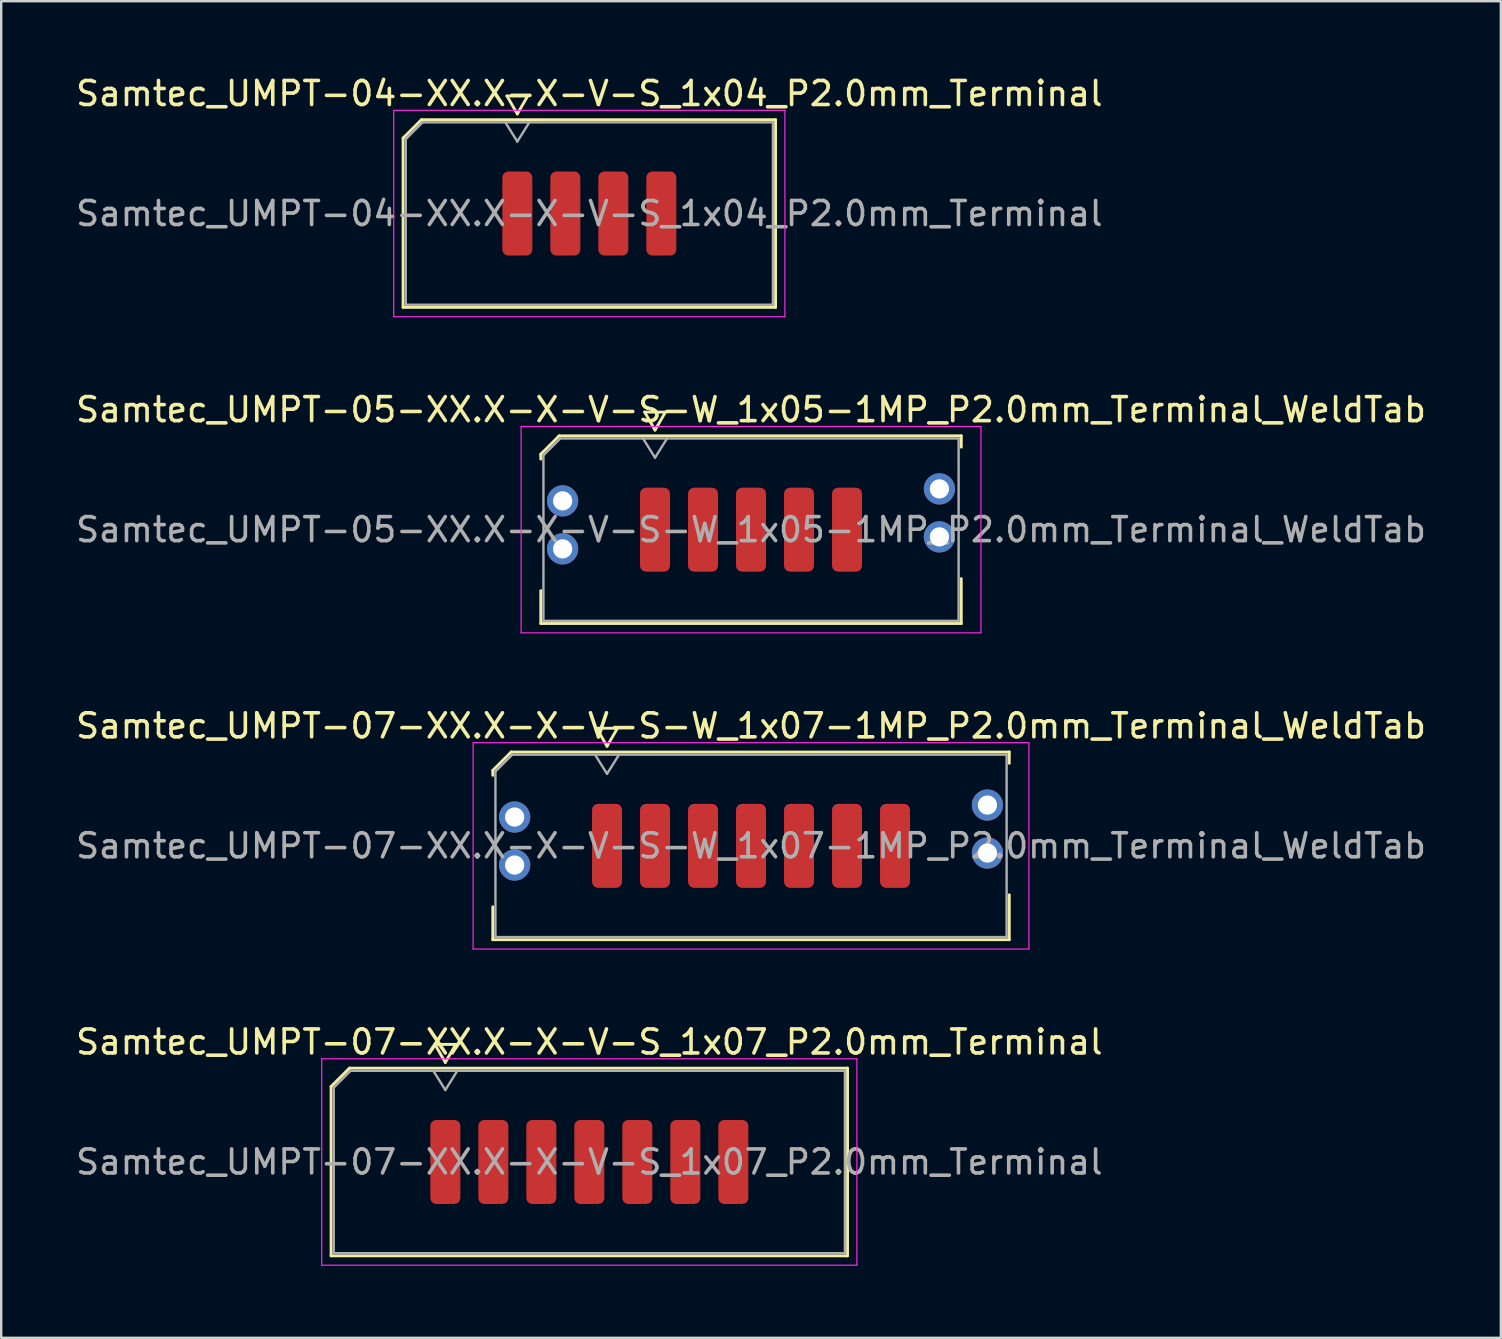
<source format=kicad_pcb>
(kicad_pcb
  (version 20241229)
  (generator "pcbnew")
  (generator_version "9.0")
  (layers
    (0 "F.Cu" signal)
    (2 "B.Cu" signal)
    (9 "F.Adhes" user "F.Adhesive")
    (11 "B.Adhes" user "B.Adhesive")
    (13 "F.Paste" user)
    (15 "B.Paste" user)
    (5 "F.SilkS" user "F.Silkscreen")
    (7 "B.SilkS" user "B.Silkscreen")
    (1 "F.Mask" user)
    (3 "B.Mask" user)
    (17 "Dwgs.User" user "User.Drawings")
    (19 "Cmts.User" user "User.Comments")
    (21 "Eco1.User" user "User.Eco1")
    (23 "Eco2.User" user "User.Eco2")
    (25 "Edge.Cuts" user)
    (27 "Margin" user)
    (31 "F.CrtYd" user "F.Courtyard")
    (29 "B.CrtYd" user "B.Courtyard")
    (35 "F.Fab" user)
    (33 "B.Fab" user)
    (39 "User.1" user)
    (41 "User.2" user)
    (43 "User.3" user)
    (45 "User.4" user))
  (footprint "Samtec_UMPT-04-XX.X-X-V-S_1x04_P2.0mm_Terminal"
    (layer "F.Cu")
    (at 21.506 5.848)
    (property "Reference" "Samtec_UMPT-04-XX.X-X-V-S_1x04_P2.0mm_Terminal" (at 0 -5 0) (layer "F.SilkS") (effects (font (size 1 1) (thickness 0.15))))
    (attr smd)
    (fp_line (start -7.76 -3.146) (end -6.996 -3.91) (stroke (width 0.12) (type solid)) (layer "F.SilkS"))
    (fp_line (start -7.76 3.91) (end -7.76 -3.146) (stroke (width 0.12) (type solid)) (layer "F.SilkS"))
    (fp_line (start -6.996 -3.91) (end 7.76 -3.91) (stroke (width 0.12) (type solid)) (layer "F.SilkS"))
    (fp_line (start -3.433 -4.9) (end -3 -4.15) (stroke (width 0.12) (type solid)) (layer "F.SilkS"))
    (fp_line (start -3 -4.15) (end -2.567 -4.9) (stroke (width 0.12) (type solid)) (layer "F.SilkS"))
    (fp_line (start -2.567 -4.9) (end -3.433 -4.9) (stroke (width 0.12) (type solid)) (layer "F.SilkS"))
    (fp_line (start 7.76 -3.91) (end 7.76 3.91) (stroke (width 0.12) (type solid)) (layer "F.SilkS"))
    (fp_line (start 7.76 3.91) (end -7.76 3.91) (stroke (width 0.12) (type solid)) (layer "F.SilkS"))
    (fp_line (start -8.15 -4.3) (end -8.15 4.3) (stroke (width 0.05) (type solid)) (layer "F.CrtYd"))
    (fp_line (start -8.15 4.3) (end 8.15 4.3) (stroke (width 0.05) (type solid)) (layer "F.CrtYd"))
    (fp_line (start 8.15 -4.3) (end -8.15 -4.3) (stroke (width 0.05) (type solid)) (layer "F.CrtYd"))
    (fp_line (start 8.15 4.3) (end 8.15 -4.3) (stroke (width 0.05) (type solid)) (layer "F.CrtYd"))
    (fp_line (start -7.65 -3.1) (end -6.95 -3.8) (stroke (width 0.1) (type solid)) (layer "F.Fab"))
    (fp_line (start -7.65 3.8) (end -7.65 -3.1) (stroke (width 0.1) (type solid)) (layer "F.Fab"))
    (fp_line (start -6.95 -3.8) (end 7.65 -3.8) (stroke (width 0.1) (type solid)) (layer "F.Fab"))
    (fp_line (start -3.5 -3.8) (end -3 -3) (stroke (width 0.1) (type solid)) (layer "F.Fab"))
    (fp_line (start -3 -3) (end -2.5 -3.8) (stroke (width 0.1) (type solid)) (layer "F.Fab"))
    (fp_line (start 7.65 -3.8) (end 7.65 3.8) (stroke (width 0.1) (type solid)) (layer "F.Fab"))
    (fp_line (start 7.65 3.8) (end -7.65 3.8) (stroke (width 0.1) (type solid)) (layer "F.Fab"))
    (fp_text user "${REFERENCE}" (at 0 0 0) (layer "F.Fab") (effects (font (size 1 1) (thickness 0.15))))
    (pad "1" smd roundrect (at -3 0) (size 1.25 3.5) (layers "F.Cu" "F.Mask" "F.Paste") (roundrect_rratio 0.2))
    (pad "2" smd roundrect (at -1 0) (size 1.25 3.5) (layers "F.Cu" "F.Mask" "F.Paste") (roundrect_rratio 0.2))
    (pad "3" smd roundrect (at 1 0) (size 1.25 3.5) (layers "F.Cu" "F.Mask" "F.Paste") (roundrect_rratio 0.2))
    (pad "4" smd roundrect (at 3 0) (size 1.25 3.5) (layers "F.Cu" "F.Mask" "F.Paste") (roundrect_rratio 0.2)))
  (footprint "Samtec_UMPT-05-XX.X-X-V-S-W_1x05-1MP_P2.0mm_Terminal_WeldTab"
    (layer "F.Cu")
    (at 28.244 19.021)
    (property "Reference" "Samtec_UMPT-05-XX.X-X-V-S-W_1x05-1MP_P2.0mm_Terminal_WeldTab" (at 0 -5 0) (layer "F.SilkS") (effects (font (size 1 1) (thickness 0.15))))
    (attr smd)
    (fp_line (start -8.76 -3.146) (end -7.996 -3.91) (stroke (width 0.12) (type solid)) (layer "F.SilkS"))
    (fp_line (start -8.76 -2.94) (end -8.76 -3.146) (stroke (width 0.12) (type solid)) (layer "F.SilkS"))
    (fp_line (start -8.76 3.91) (end -8.76 2.54) (stroke (width 0.12) (type solid)) (layer "F.SilkS"))
    (fp_line (start -7.996 -3.91) (end 8.76 -3.91) (stroke (width 0.12) (type solid)) (layer "F.SilkS"))
    (fp_line (start -4.433 -4.9) (end -4 -4.15) (stroke (width 0.12) (type solid)) (layer "F.SilkS"))
    (fp_line (start -4 -4.15) (end -3.567 -4.9) (stroke (width 0.12) (type solid)) (layer "F.SilkS"))
    (fp_line (start -3.567 -4.9) (end -4.433 -4.9) (stroke (width 0.12) (type solid)) (layer "F.SilkS"))
    (fp_line (start 8.76 -3.91) (end 8.76 -3.44) (stroke (width 0.12) (type solid)) (layer "F.SilkS"))
    (fp_line (start 8.76 2.04) (end 8.76 3.91) (stroke (width 0.12) (type solid)) (layer "F.SilkS"))
    (fp_line (start 8.76 3.91) (end -8.76 3.91) (stroke (width 0.12) (type solid)) (layer "F.SilkS"))
    (fp_line (start -9.58 -4.3) (end -9.58 4.3) (stroke (width 0.05) (type solid)) (layer "F.CrtYd"))
    (fp_line (start -9.58 4.3) (end 9.58 4.3) (stroke (width 0.05) (type solid)) (layer "F.CrtYd"))
    (fp_line (start 9.58 -4.3) (end -9.58 -4.3) (stroke (width 0.05) (type solid)) (layer "F.CrtYd"))
    (fp_line (start 9.58 4.3) (end 9.58 -4.3) (stroke (width 0.05) (type solid)) (layer "F.CrtYd"))
    (fp_line (start -8.65 -3.1) (end -7.95 -3.8) (stroke (width 0.1) (type solid)) (layer "F.Fab"))
    (fp_line (start -8.65 3.8) (end -8.65 -3.1) (stroke (width 0.1) (type solid)) (layer "F.Fab"))
    (fp_line (start -7.95 -3.8) (end 8.65 -3.8) (stroke (width 0.1) (type solid)) (layer "F.Fab"))
    (fp_line (start -4.5 -3.8) (end -4 -3) (stroke (width 0.1) (type solid)) (layer "F.Fab"))
    (fp_line (start -4 -3) (end -3.5 -3.8) (stroke (width 0.1) (type solid)) (layer "F.Fab"))
    (fp_line (start 8.65 -3.8) (end 8.65 3.8) (stroke (width 0.1) (type solid)) (layer "F.Fab"))
    (fp_line (start 8.65 3.8) (end -8.65 3.8) (stroke (width 0.1) (type solid)) (layer "F.Fab"))
    (fp_text user "${REFERENCE}" (at 0 0 0) (layer "F.Fab") (effects (font (size 1 1) (thickness 0.15))))
    (pad "" smd rect (at -7.85 -1.54) (size 2.45 2.28) (layers "F.Paste"))
    (pad "" smd rect (at -7.85 1.14) (size 2.45 2.28) (layers "F.Paste"))
    (pad "" smd rect (at 7.85 -2.04) (size 2.45 2.28) (layers "F.Paste"))
    (pad "" smd rect (at 7.85 0.64) (size 2.45 2.28) (layers "F.Paste"))
    (pad "1" smd roundrect (at -4 0) (size 1.25 3.5) (layers "F.Cu" "F.Mask" "F.Paste") (roundrect_rratio 0.2))
    (pad "2" smd roundrect (at -2 0) (size 1.25 3.5) (layers "F.Cu" "F.Mask" "F.Paste") (roundrect_rratio 0.2))
    (pad "3" smd roundrect (at 0 0) (size 1.25 3.5) (layers "F.Cu" "F.Mask" "F.Paste") (roundrect_rratio 0.2))
    (pad "4" smd roundrect (at 2 0) (size 1.25 3.5) (layers "F.Cu" "F.Mask" "F.Paste") (roundrect_rratio 0.2))
    (pad "5" smd roundrect (at 4 0) (size 1.25 3.5) (layers "F.Cu" "F.Mask" "F.Paste") (roundrect_rratio 0.2))
    (pad "MP" thru_hole circle (at -7.85 -1.2) (size 1.3 1.3) (drill 0.8) (layers "*.Cu" "*.Mask"))
    (pad "MP" thru_hole circle (at -7.85 0.8) (size 1.3 1.3) (drill 0.8) (layers "*.Cu" "*.Mask"))
    (pad "MP" thru_hole circle (at 7.85 -1.7) (size 1.3 1.3) (drill 0.8) (layers "*.Cu" "*.Mask"))
    (pad "MP" thru_hole circle (at 7.85 0.3) (size 1.3 1.3) (drill 0.8) (layers "*.Cu" "*.Mask")))
  (footprint "Samtec_UMPT-07-XX.X-X-V-S-W_1x07-1MP_P2.0mm_Terminal_WeldTab"
    (layer "F.Cu")
    (at 28.244 32.195)
    (property "Reference" "Samtec_UMPT-07-XX.X-X-V-S-W_1x07-1MP_P2.0mm_Terminal_WeldTab" (at 0 -5 0) (layer "F.SilkS") (effects (font (size 1 1) (thickness 0.15))))
    (attr smd)
    (fp_line (start -10.76 -3.146) (end -9.996 -3.91) (stroke (width 0.12) (type solid)) (layer "F.SilkS"))
    (fp_line (start -10.76 -2.94) (end -10.76 -3.146) (stroke (width 0.12) (type solid)) (layer "F.SilkS"))
    (fp_line (start -10.76 3.91) (end -10.76 2.54) (stroke (width 0.12) (type solid)) (layer "F.SilkS"))
    (fp_line (start -9.996 -3.91) (end 10.76 -3.91) (stroke (width 0.12) (type solid)) (layer "F.SilkS"))
    (fp_line (start -6.433 -4.9) (end -6 -4.15) (stroke (width 0.12) (type solid)) (layer "F.SilkS"))
    (fp_line (start -6 -4.15) (end -5.567 -4.9) (stroke (width 0.12) (type solid)) (layer "F.SilkS"))
    (fp_line (start -5.567 -4.9) (end -6.433 -4.9) (stroke (width 0.12) (type solid)) (layer "F.SilkS"))
    (fp_line (start 10.76 -3.91) (end 10.76 -3.44) (stroke (width 0.12) (type solid)) (layer "F.SilkS"))
    (fp_line (start 10.76 2.04) (end 10.76 3.91) (stroke (width 0.12) (type solid)) (layer "F.SilkS"))
    (fp_line (start 10.76 3.91) (end -10.76 3.91) (stroke (width 0.12) (type solid)) (layer "F.SilkS"))
    (fp_line (start -11.58 -4.3) (end -11.58 4.3) (stroke (width 0.05) (type solid)) (layer "F.CrtYd"))
    (fp_line (start -11.58 4.3) (end 11.58 4.3) (stroke (width 0.05) (type solid)) (layer "F.CrtYd"))
    (fp_line (start 11.58 -4.3) (end -11.58 -4.3) (stroke (width 0.05) (type solid)) (layer "F.CrtYd"))
    (fp_line (start 11.58 4.3) (end 11.58 -4.3) (stroke (width 0.05) (type solid)) (layer "F.CrtYd"))
    (fp_line (start -10.65 -3.1) (end -9.95 -3.8) (stroke (width 0.1) (type solid)) (layer "F.Fab"))
    (fp_line (start -10.65 3.8) (end -10.65 -3.1) (stroke (width 0.1) (type solid)) (layer "F.Fab"))
    (fp_line (start -9.95 -3.8) (end 10.65 -3.8) (stroke (width 0.1) (type solid)) (layer "F.Fab"))
    (fp_line (start -6.5 -3.8) (end -6 -3) (stroke (width 0.1) (type solid)) (layer "F.Fab"))
    (fp_line (start -6 -3) (end -5.5 -3.8) (stroke (width 0.1) (type solid)) (layer "F.Fab"))
    (fp_line (start 10.65 -3.8) (end 10.65 3.8) (stroke (width 0.1) (type solid)) (layer "F.Fab"))
    (fp_line (start 10.65 3.8) (end -10.65 3.8) (stroke (width 0.1) (type solid)) (layer "F.Fab"))
    (fp_text user "${REFERENCE}" (at 0 0 0) (layer "F.Fab") (effects (font (size 1 1) (thickness 0.15))))
    (pad "" smd rect (at -9.85 -1.54) (size 2.45 2.28) (layers "F.Paste"))
    (pad "" smd rect (at -9.85 1.14) (size 2.45 2.28) (layers "F.Paste"))
    (pad "" smd rect (at 9.85 -2.04) (size 2.45 2.28) (layers "F.Paste"))
    (pad "" smd rect (at 9.85 0.64) (size 2.45 2.28) (layers "F.Paste"))
    (pad "1" smd roundrect (at -6 0) (size 1.25 3.5) (layers "F.Cu" "F.Mask" "F.Paste") (roundrect_rratio 0.2))
    (pad "2" smd roundrect (at -4 0) (size 1.25 3.5) (layers "F.Cu" "F.Mask" "F.Paste") (roundrect_rratio 0.2))
    (pad "3" smd roundrect (at -2 0) (size 1.25 3.5) (layers "F.Cu" "F.Mask" "F.Paste") (roundrect_rratio 0.2))
    (pad "4" smd roundrect (at 0 0) (size 1.25 3.5) (layers "F.Cu" "F.Mask" "F.Paste") (roundrect_rratio 0.2))
    (pad "5" smd roundrect (at 2 0) (size 1.25 3.5) (layers "F.Cu" "F.Mask" "F.Paste") (roundrect_rratio 0.2))
    (pad "6" smd roundrect (at 4 0) (size 1.25 3.5) (layers "F.Cu" "F.Mask" "F.Paste") (roundrect_rratio 0.2))
    (pad "7" smd roundrect (at 6 0) (size 1.25 3.5) (layers "F.Cu" "F.Mask" "F.Paste") (roundrect_rratio 0.2))
    (pad "MP" thru_hole circle (at -9.85 -1.2) (size 1.3 1.3) (drill 0.8) (layers "*.Cu" "*.Mask"))
    (pad "MP" thru_hole circle (at -9.85 0.8) (size 1.3 1.3) (drill 0.8) (layers "*.Cu" "*.Mask"))
    (pad "MP" thru_hole circle (at 9.85 -1.7) (size 1.3 1.3) (drill 0.8) (layers "*.Cu" "*.Mask"))
    (pad "MP" thru_hole circle (at 9.85 0.3) (size 1.3 1.3) (drill 0.8) (layers "*.Cu" "*.Mask")))
  (footprint "Samtec_UMPT-07-XX.X-X-V-S_1x07_P2.0mm_Terminal"
    (layer "F.Cu")
    (at 21.506 45.368)
    (property "Reference" "Samtec_UMPT-07-XX.X-X-V-S_1x07_P2.0mm_Terminal" (at 0 -5 0) (layer "F.SilkS") (effects (font (size 1 1) (thickness 0.15))))
    (attr smd)
    (fp_line (start -10.76 -3.146) (end -9.996 -3.91) (stroke (width 0.12) (type solid)) (layer "F.SilkS"))
    (fp_line (start -10.76 3.91) (end -10.76 -3.146) (stroke (width 0.12) (type solid)) (layer "F.SilkS"))
    (fp_line (start -9.996 -3.91) (end 10.76 -3.91) (stroke (width 0.12) (type solid)) (layer "F.SilkS"))
    (fp_line (start -6.433 -4.9) (end -6 -4.15) (stroke (width 0.12) (type solid)) (layer "F.SilkS"))
    (fp_line (start -6 -4.15) (end -5.567 -4.9) (stroke (width 0.12) (type solid)) (layer "F.SilkS"))
    (fp_line (start -5.567 -4.9) (end -6.433 -4.9) (stroke (width 0.12) (type solid)) (layer "F.SilkS"))
    (fp_line (start 10.76 -3.91) (end 10.76 3.91) (stroke (width 0.12) (type solid)) (layer "F.SilkS"))
    (fp_line (start 10.76 3.91) (end -10.76 3.91) (stroke (width 0.12) (type solid)) (layer "F.SilkS"))
    (fp_line (start -11.15 -4.3) (end -11.15 4.3) (stroke (width 0.05) (type solid)) (layer "F.CrtYd"))
    (fp_line (start -11.15 4.3) (end 11.15 4.3) (stroke (width 0.05) (type solid)) (layer "F.CrtYd"))
    (fp_line (start 11.15 -4.3) (end -11.15 -4.3) (stroke (width 0.05) (type solid)) (layer "F.CrtYd"))
    (fp_line (start 11.15 4.3) (end 11.15 -4.3) (stroke (width 0.05) (type solid)) (layer "F.CrtYd"))
    (fp_line (start -10.65 -3.1) (end -9.95 -3.8) (stroke (width 0.1) (type solid)) (layer "F.Fab"))
    (fp_line (start -10.65 3.8) (end -10.65 -3.1) (stroke (width 0.1) (type solid)) (layer "F.Fab"))
    (fp_line (start -9.95 -3.8) (end 10.65 -3.8) (stroke (width 0.1) (type solid)) (layer "F.Fab"))
    (fp_line (start -6.5 -3.8) (end -6 -3) (stroke (width 0.1) (type solid)) (layer "F.Fab"))
    (fp_line (start -6 -3) (end -5.5 -3.8) (stroke (width 0.1) (type solid)) (layer "F.Fab"))
    (fp_line (start 10.65 -3.8) (end 10.65 3.8) (stroke (width 0.1) (type solid)) (layer "F.Fab"))
    (fp_line (start 10.65 3.8) (end -10.65 3.8) (stroke (width 0.1) (type solid)) (layer "F.Fab"))
    (fp_text user "${REFERENCE}" (at 0 0 0) (layer "F.Fab") (effects (font (size 1 1) (thickness 0.15))))
    (pad "1" smd roundrect (at -6 0) (size 1.25 3.5) (layers "F.Cu" "F.Mask" "F.Paste") (roundrect_rratio 0.2))
    (pad "2" smd roundrect (at -4 0) (size 1.25 3.5) (layers "F.Cu" "F.Mask" "F.Paste") (roundrect_rratio 0.2))
    (pad "3" smd roundrect (at -2 0) (size 1.25 3.5) (layers "F.Cu" "F.Mask" "F.Paste") (roundrect_rratio 0.2))
    (pad "4" smd roundrect (at 0 0) (size 1.25 3.5) (layers "F.Cu" "F.Mask" "F.Paste") (roundrect_rratio 0.2))
    (pad "5" smd roundrect (at 2 0) (size 1.25 3.5) (layers "F.Cu" "F.Mask" "F.Paste") (roundrect_rratio 0.2))
    (pad "6" smd roundrect (at 4 0) (size 1.25 3.5) (layers "F.Cu" "F.Mask" "F.Paste") (roundrect_rratio 0.2))
    (pad "7" smd roundrect (at 6 0) (size 1.25 3.5) (layers "F.Cu" "F.Mask" "F.Paste") (roundrect_rratio 0.2)))
  (gr_rect
    (start -3 -3)
    (end 59.488 52.693)
    (stroke (width 0.1) (type default))
    (fill no)
    (layer "Edge.Cuts")))
</source>
